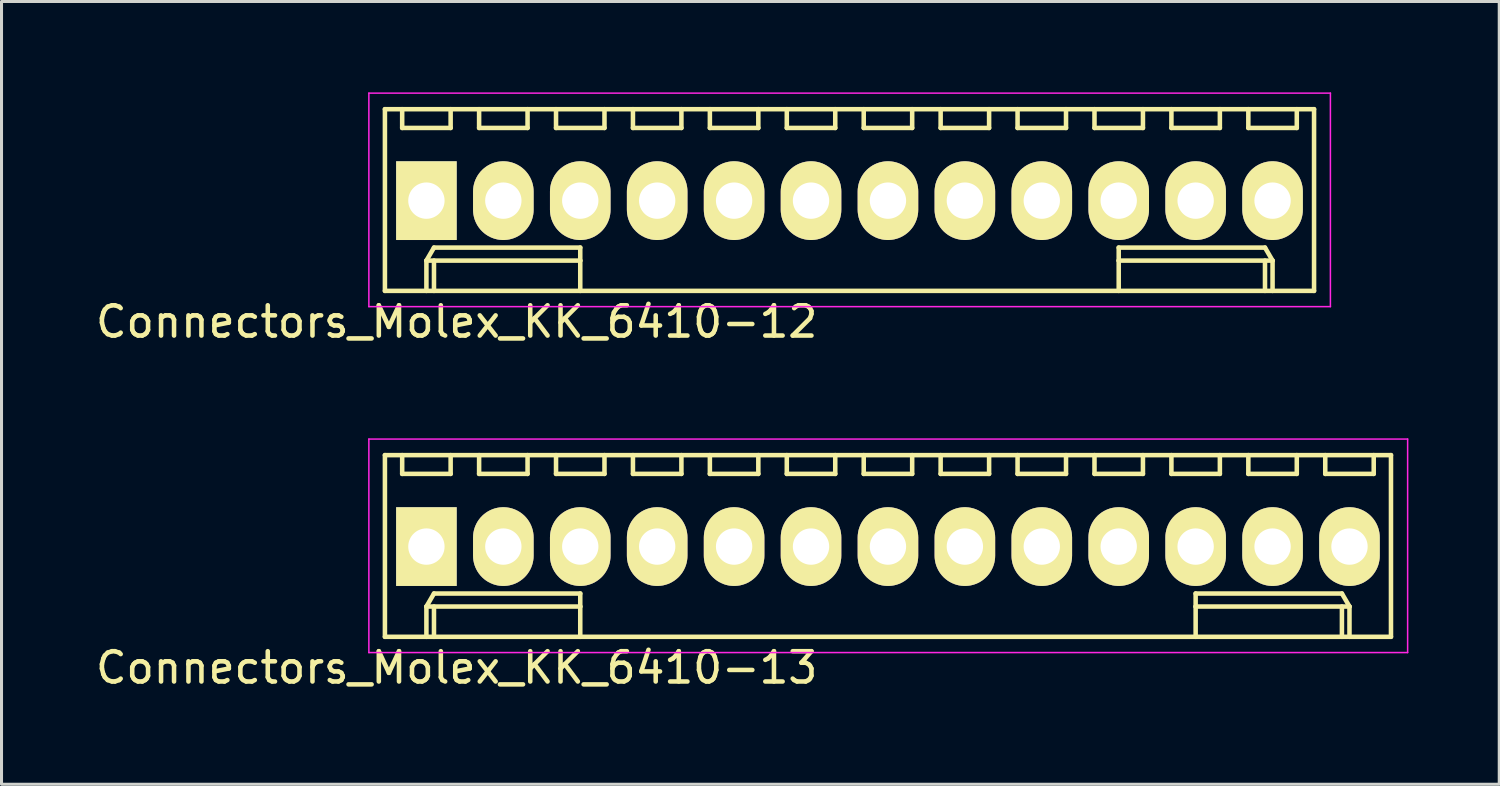
<source format=kicad_pcb>
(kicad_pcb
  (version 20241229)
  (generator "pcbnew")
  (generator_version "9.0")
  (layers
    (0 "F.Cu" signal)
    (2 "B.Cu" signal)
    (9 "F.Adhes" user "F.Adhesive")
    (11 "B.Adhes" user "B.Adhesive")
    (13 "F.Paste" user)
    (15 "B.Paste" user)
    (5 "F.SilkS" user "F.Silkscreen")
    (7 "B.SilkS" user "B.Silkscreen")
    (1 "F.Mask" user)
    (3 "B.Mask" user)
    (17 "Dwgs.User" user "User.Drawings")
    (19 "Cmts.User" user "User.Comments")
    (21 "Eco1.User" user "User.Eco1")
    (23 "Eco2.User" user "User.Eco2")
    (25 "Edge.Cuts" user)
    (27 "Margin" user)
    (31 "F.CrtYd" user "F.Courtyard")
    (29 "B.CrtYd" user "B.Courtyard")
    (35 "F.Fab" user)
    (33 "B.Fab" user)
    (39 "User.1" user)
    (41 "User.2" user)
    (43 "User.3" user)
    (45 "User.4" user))
  (footprint "Connectors_Molex_KK_6410-13"
    (layer "F.Cu")
    (at 11.03 14.998)
    (property "Reference" "Connectors_Molex_KK_6410-13" (at 1 4 0) (layer "F.SilkS") (effects (font (size 1 1) (thickness 0.15))))
    (attr through_hole)
    (fp_line (start -1.37 -3.02) (end -1.37 2.98) (stroke (width 0.15) (type solid)) (layer "F.SilkS"))
    (fp_line (start -1.37 2.98) (end 31.85 2.98) (stroke (width 0.15) (type solid)) (layer "F.SilkS"))
    (fp_line (start -0.8 -3.02) (end -0.8 -2.4) (stroke (width 0.15) (type solid)) (layer "F.SilkS"))
    (fp_line (start -0.8 -2.4) (end 0.8 -2.4) (stroke (width 0.15) (type solid)) (layer "F.SilkS"))
    (fp_line (start 0 1.98) (end 0.25 1.55) (stroke (width 0.15) (type solid)) (layer "F.SilkS"))
    (fp_line (start 0 1.98) (end 5.08 1.98) (stroke (width 0.15) (type solid)) (layer "F.SilkS"))
    (fp_line (start 0 2.98) (end 0 1.98) (stroke (width 0.15) (type solid)) (layer "F.SilkS"))
    (fp_line (start 0.25 1.55) (end 5.08 1.55) (stroke (width 0.15) (type solid)) (layer "F.SilkS"))
    (fp_line (start 0.25 2.98) (end 0.25 1.98) (stroke (width 0.15) (type solid)) (layer "F.SilkS"))
    (fp_line (start 0.8 -2.4) (end 0.8 -3.02) (stroke (width 0.15) (type solid)) (layer "F.SilkS"))
    (fp_line (start 1.74 -3.02) (end 1.74 -2.4) (stroke (width 0.15) (type solid)) (layer "F.SilkS"))
    (fp_line (start 1.74 -2.4) (end 3.34 -2.4) (stroke (width 0.15) (type solid)) (layer "F.SilkS"))
    (fp_line (start 3.34 -2.4) (end 3.34 -3.02) (stroke (width 0.15) (type solid)) (layer "F.SilkS"))
    (fp_line (start 4.28 -3.02) (end 4.28 -2.4) (stroke (width 0.15) (type solid)) (layer "F.SilkS"))
    (fp_line (start 4.28 -2.4) (end 5.88 -2.4) (stroke (width 0.15) (type solid)) (layer "F.SilkS"))
    (fp_line (start 5.08 1.55) (end 5.08 1.98) (stroke (width 0.15) (type solid)) (layer "F.SilkS"))
    (fp_line (start 5.08 1.98) (end 5.08 2.98) (stroke (width 0.15) (type solid)) (layer "F.SilkS"))
    (fp_line (start 5.88 -2.4) (end 5.88 -3.02) (stroke (width 0.15) (type solid)) (layer "F.SilkS"))
    (fp_line (start 6.82 -3.02) (end 6.82 -2.4) (stroke (width 0.15) (type solid)) (layer "F.SilkS"))
    (fp_line (start 6.82 -2.4) (end 8.42 -2.4) (stroke (width 0.15) (type solid)) (layer "F.SilkS"))
    (fp_line (start 8.42 -2.4) (end 8.42 -3.02) (stroke (width 0.15) (type solid)) (layer "F.SilkS"))
    (fp_line (start 9.36 -3.02) (end 9.36 -2.4) (stroke (width 0.15) (type solid)) (layer "F.SilkS"))
    (fp_line (start 9.36 -2.4) (end 10.96 -2.4) (stroke (width 0.15) (type solid)) (layer "F.SilkS"))
    (fp_line (start 10.96 -2.4) (end 10.96 -3.02) (stroke (width 0.15) (type solid)) (layer "F.SilkS"))
    (fp_line (start 11.9 -3.02) (end 11.9 -2.4) (stroke (width 0.15) (type solid)) (layer "F.SilkS"))
    (fp_line (start 11.9 -2.4) (end 13.5 -2.4) (stroke (width 0.15) (type solid)) (layer "F.SilkS"))
    (fp_line (start 13.5 -2.4) (end 13.5 -3.02) (stroke (width 0.15) (type solid)) (layer "F.SilkS"))
    (fp_line (start 14.44 -3.02) (end 14.44 -2.4) (stroke (width 0.15) (type solid)) (layer "F.SilkS"))
    (fp_line (start 14.44 -2.4) (end 16.04 -2.4) (stroke (width 0.15) (type solid)) (layer "F.SilkS"))
    (fp_line (start 16.04 -2.4) (end 16.04 -3.02) (stroke (width 0.15) (type solid)) (layer "F.SilkS"))
    (fp_line (start 16.98 -3.02) (end 16.98 -2.4) (stroke (width 0.15) (type solid)) (layer "F.SilkS"))
    (fp_line (start 16.98 -2.4) (end 18.58 -2.4) (stroke (width 0.15) (type solid)) (layer "F.SilkS"))
    (fp_line (start 18.58 -2.4) (end 18.58 -3.02) (stroke (width 0.15) (type solid)) (layer "F.SilkS"))
    (fp_line (start 19.52 -3.02) (end 19.52 -2.4) (stroke (width 0.15) (type solid)) (layer "F.SilkS"))
    (fp_line (start 19.52 -2.4) (end 21.12 -2.4) (stroke (width 0.15) (type solid)) (layer "F.SilkS"))
    (fp_line (start 21.12 -2.4) (end 21.12 -3.02) (stroke (width 0.15) (type solid)) (layer "F.SilkS"))
    (fp_line (start 22.06 -3.02) (end 22.06 -2.4) (stroke (width 0.15) (type solid)) (layer "F.SilkS"))
    (fp_line (start 22.06 -2.4) (end 23.66 -2.4) (stroke (width 0.15) (type solid)) (layer "F.SilkS"))
    (fp_line (start 23.66 -2.4) (end 23.66 -3.02) (stroke (width 0.15) (type solid)) (layer "F.SilkS"))
    (fp_line (start 24.6 -3.02) (end 24.6 -2.4) (stroke (width 0.15) (type solid)) (layer "F.SilkS"))
    (fp_line (start 24.6 -2.4) (end 26.2 -2.4) (stroke (width 0.15) (type solid)) (layer "F.SilkS"))
    (fp_line (start 25.4 1.55) (end 25.4 1.98) (stroke (width 0.15) (type solid)) (layer "F.SilkS"))
    (fp_line (start 25.4 1.98) (end 25.4 2.98) (stroke (width 0.15) (type solid)) (layer "F.SilkS"))
    (fp_line (start 26.2 -2.4) (end 26.2 -3.02) (stroke (width 0.15) (type solid)) (layer "F.SilkS"))
    (fp_line (start 27.14 -3.02) (end 27.14 -2.4) (stroke (width 0.15) (type solid)) (layer "F.SilkS"))
    (fp_line (start 27.14 -2.4) (end 28.74 -2.4) (stroke (width 0.15) (type solid)) (layer "F.SilkS"))
    (fp_line (start 28.74 -2.4) (end 28.74 -3.02) (stroke (width 0.15) (type solid)) (layer "F.SilkS"))
    (fp_line (start 29.68 -3.02) (end 29.68 -2.4) (stroke (width 0.15) (type solid)) (layer "F.SilkS"))
    (fp_line (start 29.68 -2.4) (end 31.28 -2.4) (stroke (width 0.15) (type solid)) (layer "F.SilkS"))
    (fp_line (start 30.23 1.55) (end 25.4 1.55) (stroke (width 0.15) (type solid)) (layer "F.SilkS"))
    (fp_line (start 30.23 2.98) (end 30.23 1.98) (stroke (width 0.15) (type solid)) (layer "F.SilkS"))
    (fp_line (start 30.48 1.98) (end 25.4 1.98) (stroke (width 0.15) (type solid)) (layer "F.SilkS"))
    (fp_line (start 30.48 1.98) (end 30.23 1.55) (stroke (width 0.15) (type solid)) (layer "F.SilkS"))
    (fp_line (start 30.48 2.98) (end 30.48 1.98) (stroke (width 0.15) (type solid)) (layer "F.SilkS"))
    (fp_line (start 31.28 -2.4) (end 31.28 -3.02) (stroke (width 0.15) (type solid)) (layer "F.SilkS"))
    (fp_line (start 31.85 -3.02) (end -1.37 -3.02) (stroke (width 0.15) (type solid)) (layer "F.SilkS"))
    (fp_line (start 31.85 2.98) (end 31.85 -3.02) (stroke (width 0.15) (type solid)) (layer "F.SilkS"))
    (fp_line (start -1.9 -3.55) (end 32.4 -3.55) (stroke (width 0.05) (type solid)) (layer "F.CrtYd"))
    (fp_line (start -1.9 3.5) (end -1.9 -3.55) (stroke (width 0.05) (type solid)) (layer "F.CrtYd"))
    (fp_line (start 32.4 -3.55) (end 32.4 3.5) (stroke (width 0.05) (type solid)) (layer "F.CrtYd"))
    (fp_line (start 32.4 3.5) (end -1.9 3.5) (stroke (width 0.05) (type solid)) (layer "F.CrtYd"))
    (pad "1" thru_hole rect (at 0 0) (size 2 2.6) (drill 1.2) (layers "*.Cu" "*.Mask" "F.SilkS"))
    (pad "2" thru_hole oval (at 2.54 0) (size 2 2.6) (drill 1.2) (layers "*.Cu" "*.Mask" "F.SilkS"))
    (pad "3" thru_hole oval (at 5.08 0) (size 2 2.6) (drill 1.2) (layers "*.Cu" "*.Mask" "F.SilkS"))
    (pad "4" thru_hole oval (at 7.62 0) (size 2 2.6) (drill 1.2) (layers "*.Cu" "*.Mask" "F.SilkS"))
    (pad "5" thru_hole oval (at 10.16 0) (size 2 2.6) (drill 1.2) (layers "*.Cu" "*.Mask" "F.SilkS"))
    (pad "6" thru_hole oval (at 12.7 0) (size 2 2.6) (drill 1.2) (layers "*.Cu" "*.Mask" "F.SilkS"))
    (pad "7" thru_hole oval (at 15.24 0) (size 2 2.6) (drill 1.2) (layers "*.Cu" "*.Mask" "F.SilkS"))
    (pad "8" thru_hole oval (at 17.78 0) (size 2 2.6) (drill 1.2) (layers "*.Cu" "*.Mask" "F.SilkS"))
    (pad "9" thru_hole oval (at 20.32 0) (size 2 2.6) (drill 1.2) (layers "*.Cu" "*.Mask" "F.SilkS"))
    (pad "10" thru_hole oval (at 22.86 0) (size 2 2.6) (drill 1.2) (layers "*.Cu" "*.Mask" "F.SilkS"))
    (pad "11" thru_hole oval (at 25.4 0) (size 2 2.6) (drill 1.2) (layers "*.Cu" "*.Mask" "F.SilkS"))
    (pad "12" thru_hole oval (at 27.94 0) (size 2 2.6) (drill 1.2) (layers "*.Cu" "*.Mask" "F.SilkS"))
    (pad "13" thru_hole oval (at 30.48 0) (size 2 2.6) (drill 1.2) (layers "*.Cu" "*.Mask" "F.SilkS")))
  (footprint "Connectors_Molex_KK_6410-12"
    (layer "F.Cu")
    (at 11.03 3.575)
    (property "Reference" "Connectors_Molex_KK_6410-12" (at 1 4 0) (layer "F.SilkS") (effects (font (size 1 1) (thickness 0.15))))
    (attr through_hole)
    (fp_line (start -1.37 -3.02) (end -1.37 2.98) (stroke (width 0.15) (type solid)) (layer "F.SilkS"))
    (fp_line (start -1.37 2.98) (end 29.31 2.98) (stroke (width 0.15) (type solid)) (layer "F.SilkS"))
    (fp_line (start -0.8 -3.02) (end -0.8 -2.4) (stroke (width 0.15) (type solid)) (layer "F.SilkS"))
    (fp_line (start -0.8 -2.4) (end 0.8 -2.4) (stroke (width 0.15) (type solid)) (layer "F.SilkS"))
    (fp_line (start 0 1.98) (end 0.25 1.55) (stroke (width 0.15) (type solid)) (layer "F.SilkS"))
    (fp_line (start 0 1.98) (end 5.08 1.98) (stroke (width 0.15) (type solid)) (layer "F.SilkS"))
    (fp_line (start 0 2.98) (end 0 1.98) (stroke (width 0.15) (type solid)) (layer "F.SilkS"))
    (fp_line (start 0.25 1.55) (end 5.08 1.55) (stroke (width 0.15) (type solid)) (layer "F.SilkS"))
    (fp_line (start 0.25 2.98) (end 0.25 1.98) (stroke (width 0.15) (type solid)) (layer "F.SilkS"))
    (fp_line (start 0.8 -2.4) (end 0.8 -3.02) (stroke (width 0.15) (type solid)) (layer "F.SilkS"))
    (fp_line (start 1.74 -3.02) (end 1.74 -2.4) (stroke (width 0.15) (type solid)) (layer "F.SilkS"))
    (fp_line (start 1.74 -2.4) (end 3.34 -2.4) (stroke (width 0.15) (type solid)) (layer "F.SilkS"))
    (fp_line (start 3.34 -2.4) (end 3.34 -3.02) (stroke (width 0.15) (type solid)) (layer "F.SilkS"))
    (fp_line (start 4.28 -3.02) (end 4.28 -2.4) (stroke (width 0.15) (type solid)) (layer "F.SilkS"))
    (fp_line (start 4.28 -2.4) (end 5.88 -2.4) (stroke (width 0.15) (type solid)) (layer "F.SilkS"))
    (fp_line (start 5.08 1.55) (end 5.08 1.98) (stroke (width 0.15) (type solid)) (layer "F.SilkS"))
    (fp_line (start 5.08 1.98) (end 5.08 2.98) (stroke (width 0.15) (type solid)) (layer "F.SilkS"))
    (fp_line (start 5.88 -2.4) (end 5.88 -3.02) (stroke (width 0.15) (type solid)) (layer "F.SilkS"))
    (fp_line (start 6.82 -3.02) (end 6.82 -2.4) (stroke (width 0.15) (type solid)) (layer "F.SilkS"))
    (fp_line (start 6.82 -2.4) (end 8.42 -2.4) (stroke (width 0.15) (type solid)) (layer "F.SilkS"))
    (fp_line (start 8.42 -2.4) (end 8.42 -3.02) (stroke (width 0.15) (type solid)) (layer "F.SilkS"))
    (fp_line (start 9.36 -3.02) (end 9.36 -2.4) (stroke (width 0.15) (type solid)) (layer "F.SilkS"))
    (fp_line (start 9.36 -2.4) (end 10.96 -2.4) (stroke (width 0.15) (type solid)) (layer "F.SilkS"))
    (fp_line (start 10.96 -2.4) (end 10.96 -3.02) (stroke (width 0.15) (type solid)) (layer "F.SilkS"))
    (fp_line (start 11.9 -3.02) (end 11.9 -2.4) (stroke (width 0.15) (type solid)) (layer "F.SilkS"))
    (fp_line (start 11.9 -2.4) (end 13.5 -2.4) (stroke (width 0.15) (type solid)) (layer "F.SilkS"))
    (fp_line (start 13.5 -2.4) (end 13.5 -3.02) (stroke (width 0.15) (type solid)) (layer "F.SilkS"))
    (fp_line (start 14.44 -3.02) (end 14.44 -2.4) (stroke (width 0.15) (type solid)) (layer "F.SilkS"))
    (fp_line (start 14.44 -2.4) (end 16.04 -2.4) (stroke (width 0.15) (type solid)) (layer "F.SilkS"))
    (fp_line (start 16.04 -2.4) (end 16.04 -3.02) (stroke (width 0.15) (type solid)) (layer "F.SilkS"))
    (fp_line (start 16.98 -3.02) (end 16.98 -2.4) (stroke (width 0.15) (type solid)) (layer "F.SilkS"))
    (fp_line (start 16.98 -2.4) (end 18.58 -2.4) (stroke (width 0.15) (type solid)) (layer "F.SilkS"))
    (fp_line (start 18.58 -2.4) (end 18.58 -3.02) (stroke (width 0.15) (type solid)) (layer "F.SilkS"))
    (fp_line (start 19.52 -3.02) (end 19.52 -2.4) (stroke (width 0.15) (type solid)) (layer "F.SilkS"))
    (fp_line (start 19.52 -2.4) (end 21.12 -2.4) (stroke (width 0.15) (type solid)) (layer "F.SilkS"))
    (fp_line (start 21.12 -2.4) (end 21.12 -3.02) (stroke (width 0.15) (type solid)) (layer "F.SilkS"))
    (fp_line (start 22.06 -3.02) (end 22.06 -2.4) (stroke (width 0.15) (type solid)) (layer "F.SilkS"))
    (fp_line (start 22.06 -2.4) (end 23.66 -2.4) (stroke (width 0.15) (type solid)) (layer "F.SilkS"))
    (fp_line (start 22.86 1.55) (end 22.86 1.98) (stroke (width 0.15) (type solid)) (layer "F.SilkS"))
    (fp_line (start 22.86 1.98) (end 22.86 2.98) (stroke (width 0.15) (type solid)) (layer "F.SilkS"))
    (fp_line (start 23.66 -2.4) (end 23.66 -3.02) (stroke (width 0.15) (type solid)) (layer "F.SilkS"))
    (fp_line (start 24.6 -3.02) (end 24.6 -2.4) (stroke (width 0.15) (type solid)) (layer "F.SilkS"))
    (fp_line (start 24.6 -2.4) (end 26.2 -2.4) (stroke (width 0.15) (type solid)) (layer "F.SilkS"))
    (fp_line (start 26.2 -2.4) (end 26.2 -3.02) (stroke (width 0.15) (type solid)) (layer "F.SilkS"))
    (fp_line (start 27.14 -3.02) (end 27.14 -2.4) (stroke (width 0.15) (type solid)) (layer "F.SilkS"))
    (fp_line (start 27.14 -2.4) (end 28.74 -2.4) (stroke (width 0.15) (type solid)) (layer "F.SilkS"))
    (fp_line (start 27.69 1.55) (end 22.86 1.55) (stroke (width 0.15) (type solid)) (layer "F.SilkS"))
    (fp_line (start 27.69 2.98) (end 27.69 1.98) (stroke (width 0.15) (type solid)) (layer "F.SilkS"))
    (fp_line (start 27.94 1.98) (end 22.86 1.98) (stroke (width 0.15) (type solid)) (layer "F.SilkS"))
    (fp_line (start 27.94 1.98) (end 27.69 1.55) (stroke (width 0.15) (type solid)) (layer "F.SilkS"))
    (fp_line (start 27.94 2.98) (end 27.94 1.98) (stroke (width 0.15) (type solid)) (layer "F.SilkS"))
    (fp_line (start 28.74 -2.4) (end 28.74 -3.02) (stroke (width 0.15) (type solid)) (layer "F.SilkS"))
    (fp_line (start 29.31 -3.02) (end -1.37 -3.02) (stroke (width 0.15) (type solid)) (layer "F.SilkS"))
    (fp_line (start 29.31 2.98) (end 29.31 -3.02) (stroke (width 0.15) (type solid)) (layer "F.SilkS"))
    (fp_line (start -1.9 -3.55) (end 29.85 -3.55) (stroke (width 0.05) (type solid)) (layer "F.CrtYd"))
    (fp_line (start -1.9 3.5) (end -1.9 -3.55) (stroke (width 0.05) (type solid)) (layer "F.CrtYd"))
    (fp_line (start 29.85 -3.55) (end 29.85 3.5) (stroke (width 0.05) (type solid)) (layer "F.CrtYd"))
    (fp_line (start 29.85 3.5) (end -1.9 3.5) (stroke (width 0.05) (type solid)) (layer "F.CrtYd"))
    (pad "1" thru_hole rect (at 0 0) (size 2 2.6) (drill 1.2) (layers "*.Cu" "*.Mask" "F.SilkS"))
    (pad "2" thru_hole oval (at 2.54 0) (size 2 2.6) (drill 1.2) (layers "*.Cu" "*.Mask" "F.SilkS"))
    (pad "3" thru_hole oval (at 5.08 0) (size 2 2.6) (drill 1.2) (layers "*.Cu" "*.Mask" "F.SilkS"))
    (pad "4" thru_hole oval (at 7.62 0) (size 2 2.6) (drill 1.2) (layers "*.Cu" "*.Mask" "F.SilkS"))
    (pad "5" thru_hole oval (at 10.16 0) (size 2 2.6) (drill 1.2) (layers "*.Cu" "*.Mask" "F.SilkS"))
    (pad "6" thru_hole oval (at 12.7 0) (size 2 2.6) (drill 1.2) (layers "*.Cu" "*.Mask" "F.SilkS"))
    (pad "7" thru_hole oval (at 15.24 0) (size 2 2.6) (drill 1.2) (layers "*.Cu" "*.Mask" "F.SilkS"))
    (pad "8" thru_hole oval (at 17.78 0) (size 2 2.6) (drill 1.2) (layers "*.Cu" "*.Mask" "F.SilkS"))
    (pad "9" thru_hole oval (at 20.32 0) (size 2 2.6) (drill 1.2) (layers "*.Cu" "*.Mask" "F.SilkS"))
    (pad "10" thru_hole oval (at 22.86 0) (size 2 2.6) (drill 1.2) (layers "*.Cu" "*.Mask" "F.SilkS"))
    (pad "11" thru_hole oval (at 25.4 0) (size 2 2.6) (drill 1.2) (layers "*.Cu" "*.Mask" "F.SilkS"))
    (pad "12" thru_hole oval (at 27.94 0) (size 2 2.6) (drill 1.2) (layers "*.Cu" "*.Mask" "F.SilkS")))
  (gr_rect
    (start -3 -3)
    (end 46.455 22.846)
    (stroke (width 0.1) (type default))
    (fill no)
    (layer "Edge.Cuts")))
</source>
